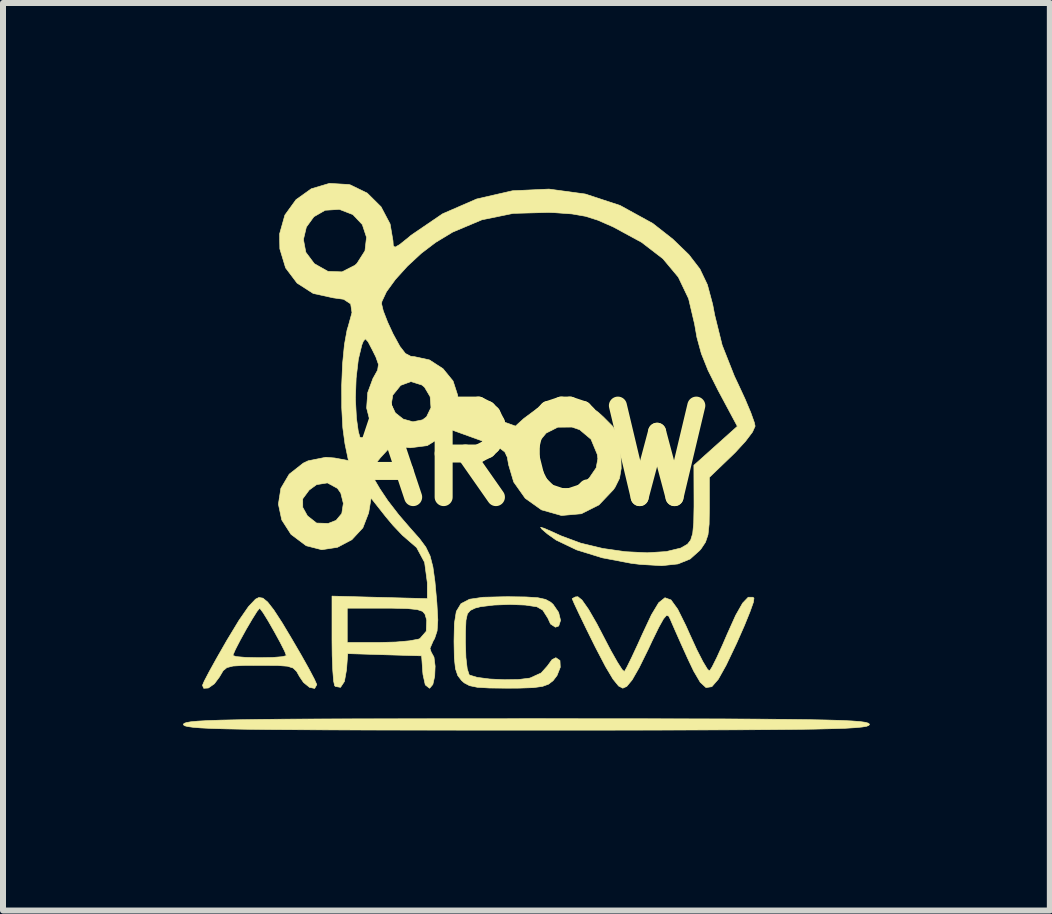
<source format=kicad_pcb>
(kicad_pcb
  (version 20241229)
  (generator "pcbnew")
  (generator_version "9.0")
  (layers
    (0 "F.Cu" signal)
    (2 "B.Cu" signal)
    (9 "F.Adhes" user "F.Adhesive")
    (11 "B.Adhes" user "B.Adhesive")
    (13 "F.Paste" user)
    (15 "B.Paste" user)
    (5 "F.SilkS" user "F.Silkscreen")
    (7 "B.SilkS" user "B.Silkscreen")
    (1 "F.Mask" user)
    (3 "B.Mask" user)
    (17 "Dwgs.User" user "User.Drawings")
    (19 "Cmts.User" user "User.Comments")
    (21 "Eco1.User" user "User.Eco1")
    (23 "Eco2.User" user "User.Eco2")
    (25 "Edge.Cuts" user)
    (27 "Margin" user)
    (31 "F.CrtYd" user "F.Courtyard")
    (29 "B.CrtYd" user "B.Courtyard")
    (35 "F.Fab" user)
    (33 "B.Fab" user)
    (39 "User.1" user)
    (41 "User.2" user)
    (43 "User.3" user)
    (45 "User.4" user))
  (footprint "ARCW"
    (layer "F.Cu")
    (at 5.72 4.542)
    (property "Reference" "ARCW" (at 0 0 0) (layer "F.SilkS") (effects (font (size 1.524 1.524) (thickness 0.3))))
    (attr through_hole)
    (fp_poly (pts (xy 0.991 4.382) (xy 1.862 4.382) (xy 2.621 4.384) (xy 3.276 4.385) (xy 3.833 4.388) (xy 4.301 4.392) (xy 4.687 4.397) (xy 4.998 4.403) (xy 5.241 4.41) (xy 5.425 4.419) (xy 5.557 4.429) (xy 5.644 4.441) (xy 5.694 4.455) (xy 5.714 4.471) (xy 5.715 4.477) (xy 5.704 4.493) (xy 5.666 4.508) (xy 5.593 4.52) (xy 5.477 4.531) (xy 5.313 4.541) (xy 5.091 4.548) (xy 4.804 4.555) (xy 4.446 4.56) (xy 4.008 4.564) (xy 3.483 4.567) (xy 2.863 4.569) (xy 2.142 4.571) (xy 1.311 4.572) (xy 0.364 4.572) (xy 0 4.572) (xy -0.991 4.572) (xy -1.862 4.571) (xy -2.621 4.57) (xy -3.276 4.568) (xy -3.833 4.565) (xy -4.301 4.562) (xy -4.687 4.557) (xy -4.998 4.551) (xy -5.241 4.544) (xy -5.425 4.535) (xy -5.557 4.524) (xy -5.644 4.512) (xy -5.694 4.499) (xy -5.714 4.483) (xy -5.715 4.477) (xy -5.704 4.46) (xy -5.666 4.446) (xy -5.593 4.433) (xy -5.477 4.422) (xy -5.313 4.413) (xy -5.091 4.405) (xy -4.804 4.399) (xy -4.446 4.393) (xy -4.008 4.389) (xy -3.483 4.386) (xy -2.863 4.384) (xy -2.142 4.383) (xy -1.311 4.382) (xy -0.364 4.382) (xy 0 4.381) (xy 0.991 4.382)) (stroke (width 0.01) (type solid)) (fill yes) (layer "F.SilkS"))
    (fp_poly (pts (xy -0.007 2.353) (xy 0.191 2.366) (xy 0.319 2.394) (xy 0.406 2.442) (xy 0.445 2.477) (xy 0.536 2.61) (xy 0.569 2.743) (xy 0.538 2.837) (xy 0.483 2.857) (xy 0.402 2.804) (xy 0.357 2.706) (xy 0.272 2.572) (xy 0.175 2.517) (xy -0.019 2.488) (xy -0.275 2.478) (xy -0.54 2.488) (xy -0.762 2.515) (xy -0.853 2.538) (xy -0.934 2.577) (xy -0.983 2.634) (xy -1.007 2.741) (xy -1.015 2.926) (xy -1.016 3.106) (xy -1.008 3.361) (xy -0.986 3.551) (xy -0.954 3.649) (xy -0.948 3.654) (xy -0.82 3.693) (xy -0.611 3.72) (xy -0.365 3.732) (xy -0.128 3.728) (xy 0.055 3.705) (xy 0.064 3.702) (xy 0.246 3.619) (xy 0.348 3.505) (xy 0.427 3.397) (xy 0.491 3.365) (xy 0.559 3.412) (xy 0.564 3.525) (xy 0.51 3.662) (xy 0.445 3.747) (xy 0.369 3.806) (xy 0.268 3.843) (xy 0.114 3.864) (xy -0.123 3.872) (xy -0.318 3.873) (xy -0.617 3.87) (xy -0.818 3.858) (xy -0.948 3.831) (xy -1.035 3.785) (xy -1.079 3.747) (xy -1.144 3.662) (xy -1.182 3.548) (xy -1.201 3.371) (xy -1.206 3.1) (xy -1.206 3.083) (xy -1.2 2.795) (xy -1.168 2.594) (xy -1.09 2.465) (xy -0.948 2.391) (xy -0.722 2.358) (xy -0.393 2.35) (xy -0.303 2.349) (xy -0.007 2.353)) (stroke (width 0.01) (type solid)) (fill yes) (layer "F.SilkS"))
    (fp_poly (pts (xy -4.39 2.373) (xy -4.312 2.437) (xy -4.209 2.569) (xy -4.069 2.784) (xy -3.91 3.05) (xy -3.753 3.319) (xy -3.623 3.551) (xy -3.533 3.722) (xy -3.493 3.811) (xy -3.493 3.815) (xy -3.528 3.877) (xy -3.614 3.859) (xy -3.714 3.777) (xy -3.778 3.683) (xy -3.829 3.593) (xy -3.887 3.537) (xy -3.981 3.507) (xy -4.139 3.495) (xy -4.391 3.493) (xy -4.445 3.493) (xy -4.715 3.494) (xy -4.888 3.504) (xy -4.99 3.53) (xy -5.052 3.581) (xy -5.102 3.665) (xy -5.112 3.683) (xy -5.199 3.8) (xy -5.299 3.87) (xy -5.376 3.875) (xy -5.397 3.825) (xy -5.367 3.755) (xy -5.285 3.598) (xy -5.162 3.376) (xy -5.135 3.329) (xy -4.889 3.329) (xy -4.831 3.347) (xy -4.678 3.36) (xy -4.463 3.365) (xy -4.445 3.365) (xy -4.226 3.361) (xy -4.067 3.348) (xy -4.001 3.331) (xy -4 3.329) (xy -4.029 3.254) (xy -4.102 3.11) (xy -4.199 2.933) (xy -4.3 2.756) (xy -4.387 2.615) (xy -4.44 2.544) (xy -4.445 2.542) (xy -4.487 2.592) (xy -4.568 2.721) (xy -4.669 2.893) (xy -4.768 3.073) (xy -4.848 3.227) (xy -4.888 3.32) (xy -4.889 3.329) (xy -5.135 3.329) (xy -5.011 3.112) (xy -4.992 3.079) (xy -4.788 2.742) (xy -4.63 2.514) (xy -4.513 2.39) (xy -4.457 2.362) (xy -4.39 2.373)) (stroke (width 0.01) (type solid)) (fill yes) (layer "F.SilkS"))
    (fp_poly (pts (xy 0.926 2.405) (xy 1.035 2.56) (xy 1.173 2.799) (xy 1.273 2.991) (xy 1.404 3.242) (xy 1.516 3.44) (xy 1.596 3.565) (xy 1.632 3.596) (xy 1.672 3.526) (xy 1.751 3.366) (xy 1.855 3.143) (xy 1.933 2.97) (xy 2.083 2.65) (xy 2.204 2.449) (xy 2.308 2.366) (xy 2.409 2.403) (xy 2.521 2.558) (xy 2.657 2.832) (xy 2.724 2.982) (xy 2.84 3.235) (xy 2.942 3.434) (xy 3.017 3.558) (xy 3.051 3.586) (xy 3.094 3.518) (xy 3.173 3.36) (xy 3.274 3.137) (xy 3.343 2.977) (xy 3.486 2.659) (xy 3.602 2.455) (xy 3.695 2.358) (xy 3.773 2.358) (xy 3.791 2.373) (xy 3.781 2.442) (xy 3.724 2.602) (xy 3.631 2.831) (xy 3.51 3.106) (xy 3.493 3.143) (xy 3.327 3.491) (xy 3.196 3.725) (xy 3.089 3.848) (xy 2.992 3.863) (xy 2.896 3.775) (xy 2.786 3.587) (xy 2.688 3.381) (xy 2.576 3.133) (xy 2.478 2.912) (xy 2.41 2.756) (xy 2.4 2.731) (xy 2.369 2.67) (xy 2.333 2.661) (xy 2.283 2.719) (xy 2.206 2.857) (xy 2.092 3.09) (xy 2.03 3.223) (xy 1.878 3.531) (xy 1.762 3.734) (xy 1.672 3.843) (xy 1.606 3.873) (xy 1.536 3.837) (xy 1.442 3.721) (xy 1.318 3.513) (xy 1.155 3.201) (xy 1.126 3.143) (xy 0.989 2.866) (xy 0.876 2.632) (xy 0.797 2.464) (xy 0.763 2.384) (xy 0.762 2.381) (xy 0.814 2.353) (xy 0.857 2.349) (xy 0.926 2.405)) (stroke (width 0.01) (type solid)) (fill yes) (layer "F.SilkS"))
    (fp_poly (pts (xy -2.958 -4.518) (xy -2.934 -4.512) (xy -2.652 -4.375) (xy -2.422 -4.147) (xy -2.271 -3.861) (xy -2.223 -3.58) (xy -2.218 -3.497) (xy -2.189 -3.474) (xy -2.114 -3.516) (xy -1.969 -3.632) (xy -1.921 -3.673) (xy -1.397 -4.03) (xy -0.829 -4.277) (xy -0.232 -4.414) (xy 0.376 -4.442) (xy 0.98 -4.36) (xy 1.561 -4.169) (xy 2.105 -3.87) (xy 2.438 -3.609) (xy 2.706 -3.35) (xy 2.89 -3.111) (xy 3.015 -2.849) (xy 3.103 -2.521) (xy 3.137 -2.342) (xy 3.261 -1.842) (xy 3.465 -1.325) (xy 3.521 -1.207) (xy 3.642 -0.946) (xy 3.738 -0.718) (xy 3.797 -0.553) (xy 3.81 -0.492) (xy 3.766 -0.394) (xy 3.65 -0.24) (xy 3.484 -0.059) (xy 3.429 -0.005) (xy 3.048 0.361) (xy 3.048 0.874) (xy 3.044 1.14) (xy 3.025 1.317) (xy 2.983 1.441) (xy 2.91 1.551) (xy 2.885 1.58) (xy 2.727 1.721) (xy 2.525 1.803) (xy 2.256 1.832) (xy 1.898 1.811) (xy 1.748 1.793) (xy 1.264 1.701) (xy 0.837 1.569) (xy 0.494 1.405) (xy 0.349 1.302) (xy 0.258 1.224) (xy 0.236 1.192) (xy 0.295 1.209) (xy 0.45 1.277) (xy 0.579 1.336) (xy 0.906 1.457) (xy 1.272 1.545) (xy 1.65 1.599) (xy 2.012 1.617) (xy 2.329 1.597) (xy 2.573 1.538) (xy 2.683 1.474) (xy 2.736 1.406) (xy 2.77 1.296) (xy 2.787 1.119) (xy 2.792 0.847) (xy 2.792 0.768) (xy 2.79 0.159) (xy 3.514 -0.49) (xy 3.195 -1.086) (xy 3.026 -1.422) (xy 2.914 -1.702) (xy 2.84 -1.973) (xy 2.802 -2.191) (xy 2.702 -2.616) (xy 2.531 -2.974) (xy 2.274 -3.282) (xy 1.919 -3.555) (xy 1.451 -3.809) (xy 1.425 -3.821) (xy 1.189 -3.924) (xy 0.983 -3.989) (xy 0.759 -4.028) (xy 0.469 -4.049) (xy 0.369 -4.053) (xy -0.22 -4.037) (xy -0.742 -3.93) (xy -1.229 -3.725) (xy -1.513 -3.553) (xy -1.751 -3.372) (xy -1.982 -3.158) (xy -2.183 -2.936) (xy -2.332 -2.731) (xy -2.408 -2.569) (xy -2.413 -2.53) (xy -2.385 -2.413) (xy -2.313 -2.227) (xy -2.222 -2.03) (xy -2.107 -1.82) (xy -2.016 -1.703) (xy -1.926 -1.656) (xy -1.869 -1.651) (xy -1.616 -1.596) (xy -1.39 -1.45) (xy -1.222 -1.244) (xy -1.145 -1.007) (xy -1.143 -0.964) (xy -1.114 -0.889) (xy -1.012 -0.814) (xy -0.818 -0.726) (xy -0.663 -0.668) (xy -0.183 -0.493) (xy -0.044 -0.619) (xy 0.178 -0.784) (xy 0.415 -0.867) (xy 0.697 -0.889) (xy 0.9 -0.878) (xy 1.047 -0.831) (xy 1.197 -0.723) (xy 1.284 -0.644) (xy 1.436 -0.491) (xy 1.518 -0.358) (xy 1.557 -0.191) (xy 1.573 -0.025) (xy 1.579 0.211) (xy 1.551 0.376) (xy 1.478 0.524) (xy 1.45 0.565) (xy 1.208 0.82) (xy 0.915 0.967) (xy 0.587 0.996) (xy 0.58 0.995) (xy 0.251 0.902) (xy -0.02 0.709) (xy -0.212 0.438) (xy -0.297 0.151) (xy -0.319 0.024) (xy -0.333 -0.006) (xy 0.13 -0.006) (xy 0.154 0.212) (xy 0.281 0.414) (xy 0.283 0.416) (xy 0.496 0.553) (xy 0.724 0.57) (xy 0.943 0.47) (xy 1.048 0.369) (xy 1.162 0.202) (xy 1.19 0.051) (xy 1.18 -0.023) (xy 1.076 -0.274) (xy 0.887 -0.433) (xy 0.759 -0.477) (xy 0.523 -0.475) (xy 0.329 -0.377) (xy 0.193 -0.212) (xy 0.13 -0.006) (xy -0.333 -0.006) (xy -0.36 -0.062) (xy -0.447 -0.129) (xy -0.607 -0.199) (xy -0.805 -0.271) (xy -1.278 -0.442) (xy -1.416 -0.314) (xy -1.652 -0.168) (xy -1.937 -0.132) (xy -2.056 -0.145) (xy -2.201 -0.152) (xy -2.311 -0.099) (xy -2.436 0.037) (xy -2.438 0.04) (xy -2.613 0.259) (xy -2.441 0.552) (xy -2.309 0.749) (xy -2.126 0.986) (xy -1.933 1.21) (xy -1.932 1.211) (xy -1.782 1.38) (xy -1.676 1.523) (xy -1.605 1.67) (xy -1.558 1.852) (xy -1.524 2.097) (xy -1.493 2.438) (xy -1.491 2.465) (xy -1.476 2.737) (xy -1.488 2.919) (xy -1.53 3.047) (xy -1.551 3.081) (xy -1.607 3.21) (xy -1.587 3.271) (xy -1.54 3.356) (xy -1.521 3.506) (xy -1.528 3.673) (xy -1.559 3.811) (xy -1.611 3.873) (xy -1.616 3.873) (xy -1.685 3.818) (xy -1.723 3.646) (xy -1.727 3.604) (xy -1.746 3.334) (xy -2.362 3.316) (xy -2.977 3.297) (xy -2.997 3.565) (xy -3.032 3.761) (xy -3.097 3.859) (xy -3.182 3.844) (xy -3.195 3.832) (xy -3.212 3.755) (xy -3.226 3.578) (xy -3.236 3.328) (xy -3.239 3.064) (xy -3.239 2.54) (xy -2.985 2.54) (xy -2.985 3.111) (xy -2.441 3.111) (xy -2.176 3.104) (xy -1.949 3.084) (xy -1.799 3.056) (xy -1.774 3.046) (xy -1.669 2.925) (xy -1.661 2.738) (xy -1.69 2.64) (xy -1.73 2.593) (xy -1.821 2.563) (xy -1.987 2.546) (xy -2.25 2.54) (xy -2.356 2.54) (xy -2.985 2.54) (xy -3.239 2.54) (xy -3.239 2.339) (xy -2.445 2.36) (xy -1.651 2.381) (xy -1.651 2.114) (xy -1.696 1.778) (xy -1.829 1.53) (xy -1.946 1.429) (xy -2.065 1.326) (xy -2.221 1.162) (xy -2.341 1.019) (xy -2.588 0.706) (xy -2.628 0.951) (xy -2.725 1.202) (xy -2.909 1.4) (xy -3.148 1.526) (xy -3.41 1.566) (xy -3.665 1.501) (xy -3.67 1.499) (xy -3.922 1.31) (xy -4.076 1.07) (xy -4.132 0.807) (xy -4.118 0.718) (xy -3.727 0.718) (xy -3.726 0.861) (xy -3.648 1.002) (xy -3.496 1.122) (xy -3.301 1.128) (xy -3.171 1.077) (xy -3.076 0.963) (xy -3.05 0.794) (xy -3.093 0.622) (xy -3.148 0.544) (xy -3.315 0.453) (xy -3.496 0.482) (xy -3.619 0.572) (xy -3.727 0.718) (xy -4.118 0.718) (xy -4.091 0.544) (xy -3.952 0.308) (xy -3.717 0.123) (xy -3.637 0.085) (xy -3.342 0.026) (xy -3.194 0.038) (xy -2.965 0.081) (xy -3.023 -0.198) (xy -3.059 -0.466) (xy -3.077 -0.801) (xy -3.077 -0.948) (xy -2.849 -0.948) (xy -2.832 -0.63) (xy -2.829 -0.606) (xy -2.801 -0.405) (xy -2.774 -0.309) (xy -2.733 -0.298) (xy -2.666 -0.35) (xy -2.664 -0.352) (xy -2.583 -0.465) (xy -2.606 -0.575) (xy -2.662 -0.794) (xy -2.658 -0.854) (xy -2.252 -0.854) (xy -2.183 -0.713) (xy -2.052 -0.61) (xy -1.891 -0.565) (xy -1.73 -0.598) (xy -1.664 -0.648) (xy -1.59 -0.801) (xy -1.604 -0.983) (xy -1.697 -1.141) (xy -1.742 -1.178) (xy -1.924 -1.235) (xy -2.095 -1.172) (xy -2.226 -1.01) (xy -2.252 -0.854) (xy -2.658 -0.854) (xy -2.644 -1.051) (xy -2.556 -1.289) (xy -2.548 -1.302) (xy -2.479 -1.426) (xy -2.465 -1.522) (xy -2.508 -1.644) (xy -2.558 -1.745) (xy -2.637 -1.897) (xy -2.683 -1.947) (xy -2.717 -1.907) (xy -2.742 -1.845) (xy -2.8 -1.606) (xy -2.837 -1.29) (xy -2.849 -0.948) (xy -3.077 -0.948) (xy -3.078 -1.168) (xy -3.063 -1.53) (xy -3.032 -1.851) (xy -2.988 -2.094) (xy -2.969 -2.155) (xy -2.906 -2.384) (xy -2.928 -2.529) (xy -3.045 -2.606) (xy -3.218 -2.63) (xy -3.552 -2.703) (xy -3.821 -2.876) (xy -4.012 -3.129) (xy -4.108 -3.446) (xy -4.111 -3.602) (xy -3.715 -3.602) (xy -3.675 -3.389) (xy -3.533 -3.199) (xy -3.306 -3.071) (xy -3.072 -3.063) (xy -2.858 -3.172) (xy -2.823 -3.204) (xy -2.69 -3.413) (xy -2.664 -3.639) (xy -2.734 -3.851) (xy -2.891 -4.017) (xy -3.116 -4.104) (xy -3.353 -4.089) (xy -3.541 -3.981) (xy -3.666 -3.809) (xy -3.715 -3.602) (xy -4.111 -3.602) (xy -4.112 -3.696) (xy -4.024 -4.009) (xy -3.839 -4.265) (xy -3.584 -4.447) (xy -3.282 -4.537) (xy -2.958 -4.518)) (stroke (width 0.01) (type solid)) (fill yes) (layer "F.SilkS")))
  (gr_rect
    (start -3 -3)
    (end 14.44 12.119)
    (stroke (width 0.1) (type default))
    (fill no)
    (layer "Edge.Cuts")))
</source>
